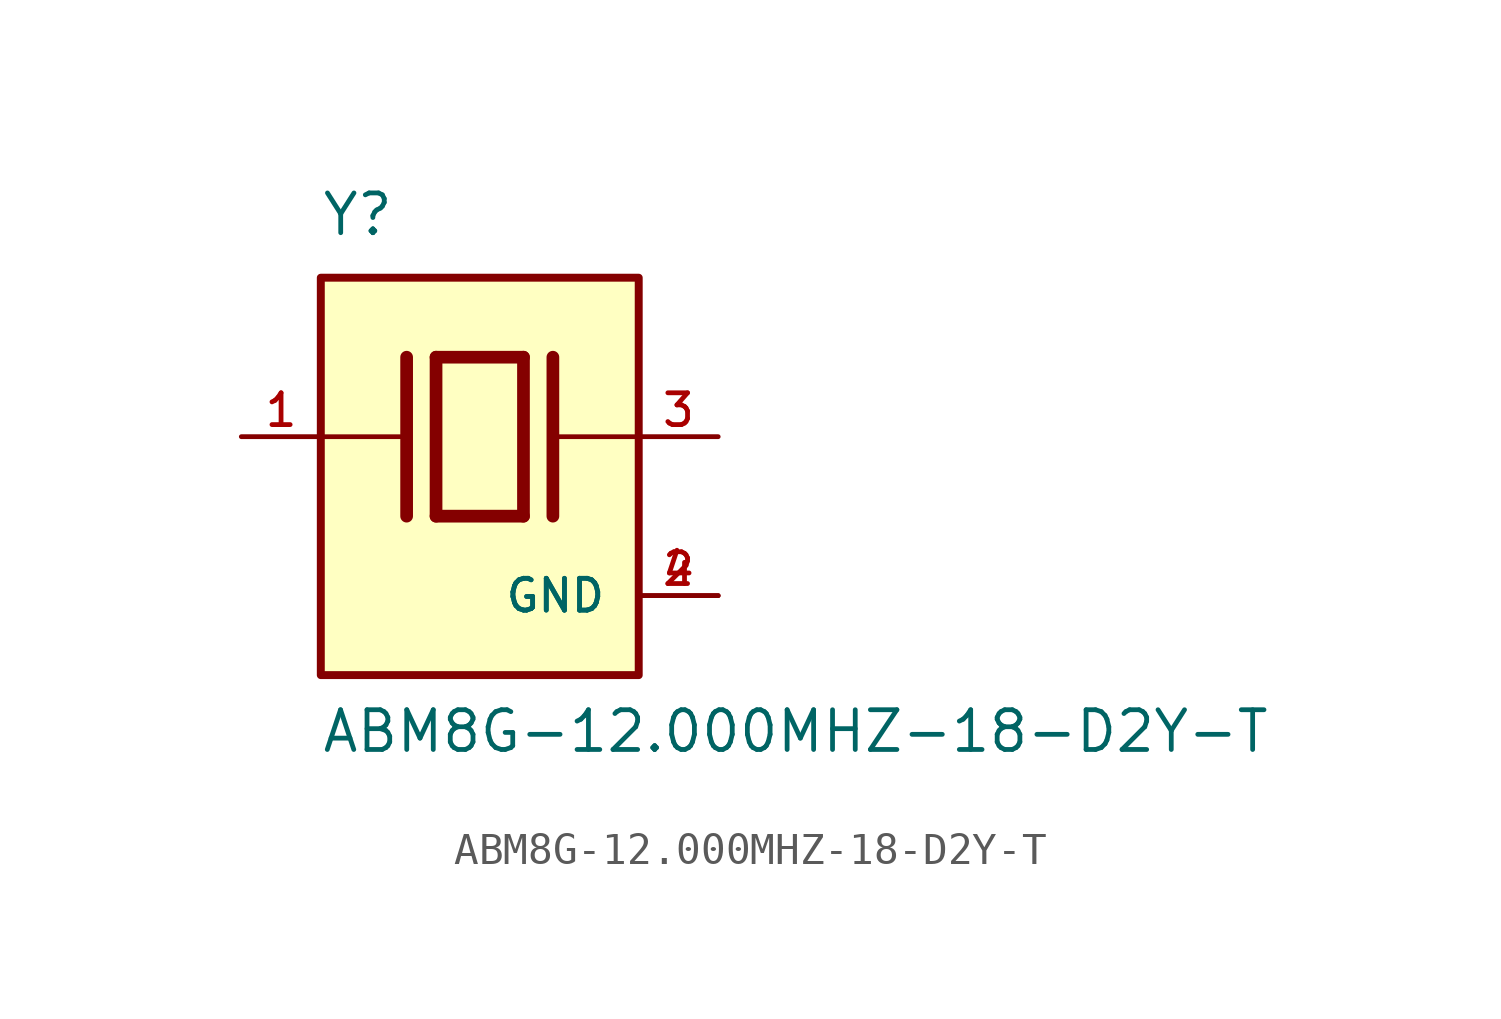
<source format=kicad_sym>
(kicad_symbol_lib
  (version 20211014)
  (generator kicad_symbol_editor)
  (symbol "ABM8G-12.000MHZ-18-D2Y-T"
    (pin_names
      (offset 1.016))
    (property "Reference" "Y"
      (at -5.088 6.356 0)
      (effects (font (size 1.27 1.27)) (justify bottom left)))
    (property "Value" "ABM8G-12.000MHZ-18-D2Y-T"
      (at -5.094 -10.16 0)
      (effects (font (size 1.27 1.27)) (justify bottom left)))
    (symbol "ABM8G-12.000MHZ-18-D2Y-T_0_0"
      (polyline (pts (xy -1.397 2.54) (xy 1.397 2.54)) (stroke (width 0.406)))
      (polyline (pts (xy 1.397 2.54) (xy 1.397 -2.54)) (stroke (width 0.406)))
      (polyline (pts (xy 1.397 -2.54) (xy -1.397 -2.54)) (stroke (width 0.406)))
      (polyline (pts (xy -1.397 2.54) (xy -1.397 -2.54)) (stroke (width 0.406)))
      (polyline (pts (xy 2.337 2.54) (xy 2.337 -2.54)) (stroke (width 0.406)))
      (polyline (pts (xy -2.337 2.54) (xy -2.337 -2.54)) (stroke (width 0.406)))
      (polyline (pts (xy -5.08 0.0) (xy -2.54 0.0)) (stroke (width 0.152)))
      (polyline (pts (xy 2.54 0.0) (xy 5.08 0.0)) (stroke (width 0.152)))
      (rectangle (start -5.08 -7.62) (end 5.08 5.08) (stroke (width 0.254)) (fill (type background)))
      (pin passive line (at 7.62 0.0 180.0) (length 2.54) (name "~" (effects (font (size 1.016 1.016)))) (number "3" (effects (font (size 1.016 1.016)))))
      (pin passive line (at -7.62 0.0 0) (length 2.54) (name "~" (effects (font (size 1.016 1.016)))) (number "1" (effects (font (size 1.016 1.016)))))
      (pin power_in line (at 7.62 -5.08 180.0) (length 2.54) (name "GND" (effects (font (size 1.016 1.016)))) (number "2" (effects (font (size 1.016 1.016)))))
      (pin power_in line (at 7.62 -5.08 180.0) (length 2.54) (name "GND" (effects (font (size 1.016 1.016)))) (number "4" (effects (font (size 1.016 1.016))))))))
</source>
